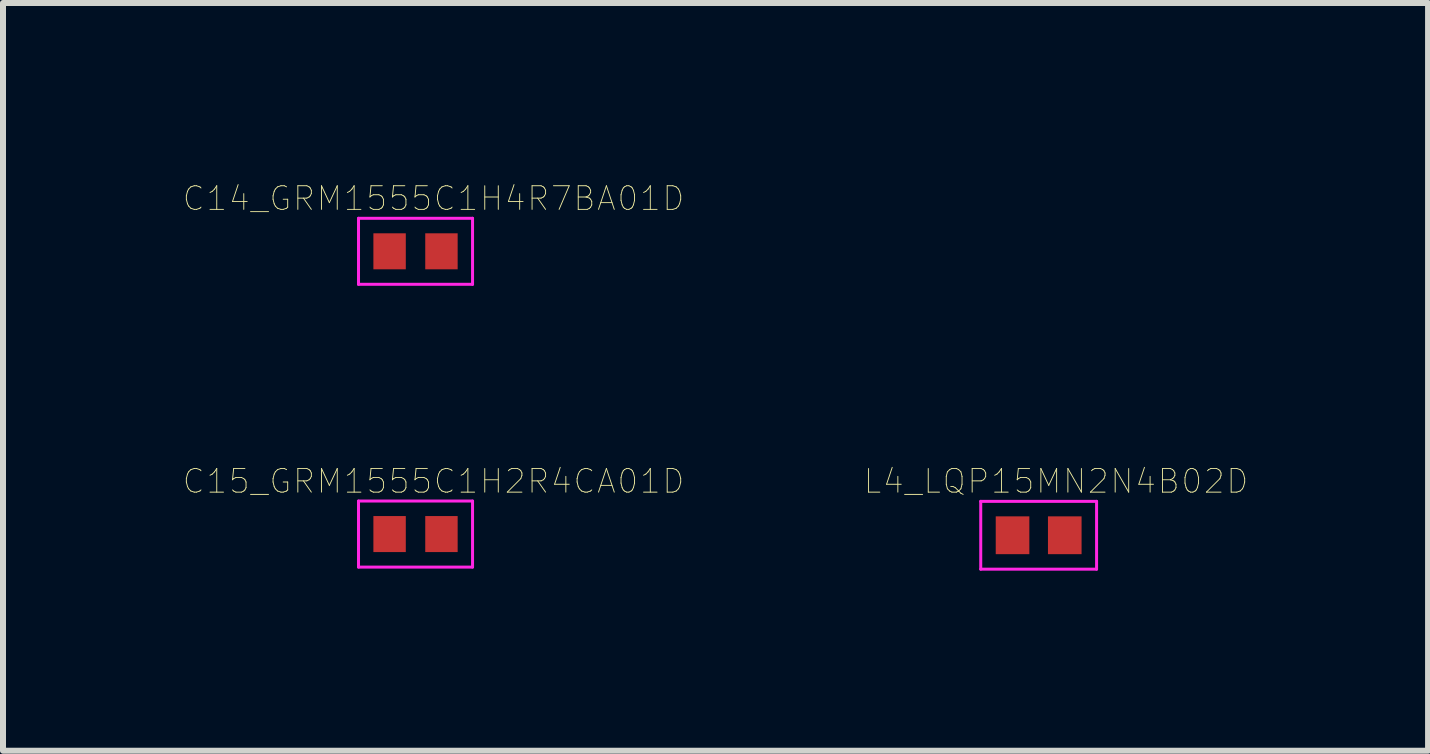
<source format=kicad_pcb>
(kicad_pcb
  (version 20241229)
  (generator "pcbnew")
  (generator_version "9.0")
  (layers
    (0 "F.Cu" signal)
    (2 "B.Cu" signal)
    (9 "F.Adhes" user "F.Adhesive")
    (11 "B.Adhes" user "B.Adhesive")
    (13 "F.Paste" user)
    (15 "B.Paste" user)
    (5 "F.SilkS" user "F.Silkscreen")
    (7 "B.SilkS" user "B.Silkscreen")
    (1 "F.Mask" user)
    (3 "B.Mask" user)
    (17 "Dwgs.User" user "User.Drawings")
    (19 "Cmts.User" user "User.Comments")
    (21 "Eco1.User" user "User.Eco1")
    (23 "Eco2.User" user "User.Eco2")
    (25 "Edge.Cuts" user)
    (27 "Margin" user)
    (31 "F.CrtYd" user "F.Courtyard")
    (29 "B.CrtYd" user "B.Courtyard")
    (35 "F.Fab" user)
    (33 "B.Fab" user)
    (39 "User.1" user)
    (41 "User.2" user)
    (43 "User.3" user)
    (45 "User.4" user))
  (footprint "L4_LQP15MN2N4B02D"
    (layer "F.Cu")
    (at 14.255 5.868)
    (property "Reference" "L4_LQP15MN2N4B02D" (at 0.29 -0.9 0) (layer "F.SilkS") (effects (font (size 0.394 0.394) (thickness 0.015))))
    (attr through_hole)
    (fp_line (start -0.965 -0.565) (end 0.965 -0.565) (stroke (width 0.05) (type solid)) (layer "F.CrtYd"))
    (fp_line (start -0.965 0.565) (end -0.965 -0.565) (stroke (width 0.05) (type solid)) (layer "F.CrtYd"))
    (fp_line (start -0.965 0.565) (end 0.965 0.565) (stroke (width 0.05) (type solid)) (layer "F.CrtYd"))
    (fp_line (start 0.965 0.565) (end 0.965 -0.565) (stroke (width 0.05) (type solid)) (layer "F.CrtYd"))
    (pad "1" smd rect (at -0.435 0) (size 0.56 0.63) (layers "F.Cu" "F.Mask" "F.Paste"))
    (pad "2" smd rect (at 0.435 0) (size 0.56 0.63) (layers "F.Cu" "F.Mask" "F.Paste")))
  (footprint "C15_GRM1555C1H2R4CA01D"
    (layer "F.Cu")
    (at 3.873 5.848)
    (property "Reference" "C15_GRM1555C1H2R4CA01D" (at 0.3 -0.88 0) (layer "F.SilkS") (effects (font (size 0.394 0.394) (thickness 0.015))))
    (attr through_hole)
    (fp_line (start -0.95 -0.55) (end 0.95 -0.55) (stroke (width 0.05) (type solid)) (layer "F.CrtYd"))
    (fp_line (start -0.95 0.55) (end -0.95 -0.55) (stroke (width 0.05) (type solid)) (layer "F.CrtYd"))
    (fp_line (start -0.95 0.55) (end 0.95 0.55) (stroke (width 0.05) (type solid)) (layer "F.CrtYd"))
    (fp_line (start 0.95 0.55) (end 0.95 -0.55) (stroke (width 0.05) (type solid)) (layer "F.CrtYd"))
    (pad "1" smd rect (at -0.432 0) (size 0.54 0.6) (layers "F.Cu" "F.Mask" "F.Paste"))
    (pad "2" smd rect (at 0.432 0) (size 0.54 0.6) (layers "F.Cu" "F.Mask" "F.Paste")))
  (footprint "C14_GRM1555C1H4R7BA01D"
    (layer "F.Cu")
    (at 3.873 1.137)
    (property "Reference" "C14_GRM1555C1H4R7BA01D" (at 0.3 -0.88 0) (layer "F.SilkS") (effects (font (size 0.394 0.394) (thickness 0.015))))
    (attr through_hole)
    (fp_line (start -0.95 -0.55) (end 0.95 -0.55) (stroke (width 0.05) (type solid)) (layer "F.CrtYd"))
    (fp_line (start -0.95 0.55) (end -0.95 -0.55) (stroke (width 0.05) (type solid)) (layer "F.CrtYd"))
    (fp_line (start -0.95 0.55) (end 0.95 0.55) (stroke (width 0.05) (type solid)) (layer "F.CrtYd"))
    (fp_line (start 0.95 0.55) (end 0.95 -0.55) (stroke (width 0.05) (type solid)) (layer "F.CrtYd"))
    (pad "1" smd rect (at -0.432 0) (size 0.54 0.6) (layers "F.Cu" "F.Mask" "F.Paste"))
    (pad "2" smd rect (at 0.432 0) (size 0.54 0.6) (layers "F.Cu" "F.Mask" "F.Paste")))
  (gr_rect
    (start -3 -3)
    (end 20.743 9.458)
    (stroke (width 0.1) (type default))
    (fill no)
    (layer "Edge.Cuts")))
</source>
